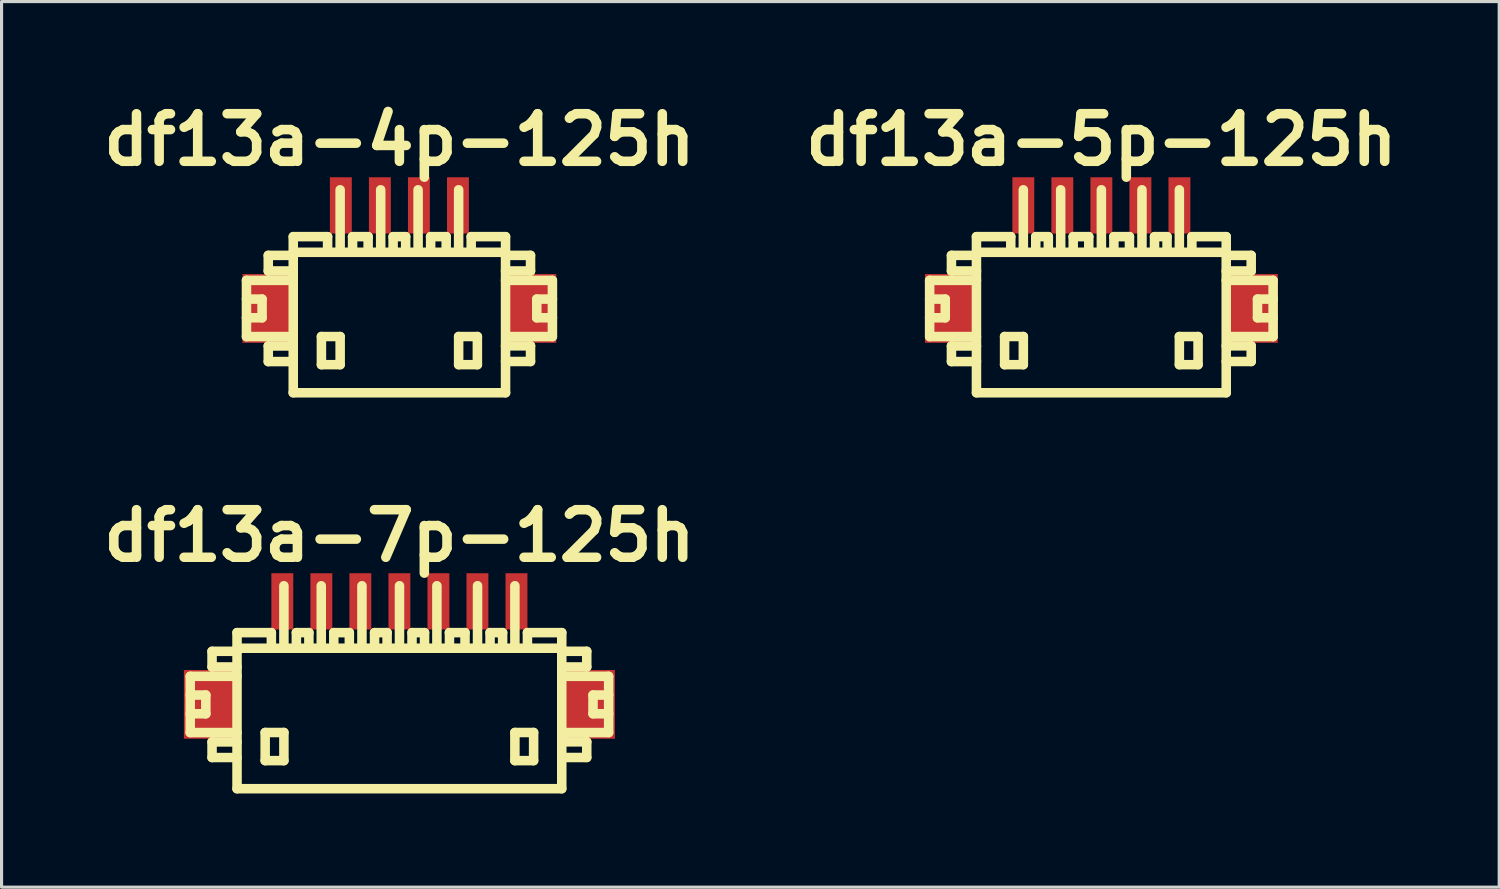
<source format=kicad_pcb>
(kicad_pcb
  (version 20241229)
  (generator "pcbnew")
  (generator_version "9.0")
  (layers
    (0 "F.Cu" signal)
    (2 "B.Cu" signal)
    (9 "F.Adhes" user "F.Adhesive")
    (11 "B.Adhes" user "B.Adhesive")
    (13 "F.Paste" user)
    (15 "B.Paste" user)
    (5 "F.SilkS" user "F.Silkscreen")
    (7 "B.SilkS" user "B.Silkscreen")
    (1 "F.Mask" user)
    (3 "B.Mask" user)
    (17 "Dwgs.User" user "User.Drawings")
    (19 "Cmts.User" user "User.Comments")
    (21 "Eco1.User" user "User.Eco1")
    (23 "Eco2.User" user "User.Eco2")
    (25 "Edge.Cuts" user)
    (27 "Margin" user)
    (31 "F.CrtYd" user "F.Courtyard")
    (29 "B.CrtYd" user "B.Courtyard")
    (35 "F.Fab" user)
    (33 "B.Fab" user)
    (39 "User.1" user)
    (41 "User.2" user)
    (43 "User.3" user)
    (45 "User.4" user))
  (footprint "df13a-7p-125h"
    (layer "F.Cu")
    (at 9.739 19.706)
    (property "Reference" "df13a-7p-125h" (at 0 -5.601 0) (layer "F.SilkS") (effects (font (size 1.524 1.524) (thickness 0.305))))
    (attr through_hole)
    (fp_line (start -6.698 -1.1) (end -6.698 0.701) (stroke (width 0.305) (type solid)) (layer "F.SilkS"))
    (fp_line (start -6.698 0.701) (end -5.199 0.701) (stroke (width 0.305) (type solid)) (layer "F.SilkS"))
    (fp_line (start -6.198 -0.5) (end -6.698 -0.5) (stroke (width 0.305) (type solid)) (layer "F.SilkS"))
    (fp_line (start -6.198 0.099) (end -6.698 0.099) (stroke (width 0.305) (type solid)) (layer "F.SilkS"))
    (fp_line (start -6.198 0.099) (end -6.198 -0.5) (stroke (width 0.305) (type solid)) (layer "F.SilkS"))
    (fp_line (start -5.999 -1.9) (end -5.999 -1.4) (stroke (width 0.305) (type solid)) (layer "F.SilkS"))
    (fp_line (start -5.999 -1.9) (end -5.199 -1.9) (stroke (width 0.305) (type solid)) (layer "F.SilkS"))
    (fp_line (start -5.999 1.001) (end -5.999 1.501) (stroke (width 0.305) (type solid)) (layer "F.SilkS"))
    (fp_line (start -5.999 1.501) (end -5.199 1.501) (stroke (width 0.305) (type solid)) (layer "F.SilkS"))
    (fp_line (start -5.199 -1.999) (end 5.199 -1.999) (stroke (width 0.305) (type solid)) (layer "F.SilkS"))
    (fp_line (start -5.199 -1.4) (end -5.999 -1.4) (stroke (width 0.305) (type solid)) (layer "F.SilkS"))
    (fp_line (start -5.199 -1.1) (end -6.698 -1.1) (stroke (width 0.305) (type solid)) (layer "F.SilkS"))
    (fp_line (start -5.199 1.001) (end -5.999 1.001) (stroke (width 0.305) (type solid)) (layer "F.SilkS"))
    (fp_line (start -5.199 2.499) (end -5.199 -2.499) (stroke (width 0.305) (type solid)) (layer "F.SilkS"))
    (fp_line (start -5.199 2.499) (end 5.199 2.499) (stroke (width 0.305) (type solid)) (layer "F.SilkS"))
    (fp_line (start -4.298 0.699) (end -4.298 1.6) (stroke (width 0.305) (type solid)) (layer "F.SilkS"))
    (fp_line (start -4.298 1.6) (end -3.698 1.6) (stroke (width 0.305) (type solid)) (layer "F.SilkS"))
    (fp_line (start -4.1 -2.499) (end -5.199 -2.499) (stroke (width 0.305) (type solid)) (layer "F.SilkS"))
    (fp_line (start -4.1 -2.499) (end -4.1 -1.999) (stroke (width 0.305) (type solid)) (layer "F.SilkS"))
    (fp_line (start -3.698 -4) (end -3.698 -1.999) (stroke (width 0.305) (type solid)) (layer "F.SilkS"))
    (fp_line (start -3.698 0.699) (end -4.298 0.699) (stroke (width 0.305) (type solid)) (layer "F.SilkS"))
    (fp_line (start -3.698 1.6) (end -3.698 0.699) (stroke (width 0.305) (type solid)) (layer "F.SilkS"))
    (fp_line (start -3.299 -2.499) (end -3.299 -1.999) (stroke (width 0.305) (type solid)) (layer "F.SilkS"))
    (fp_line (start -2.898 -2.499) (end -3.299 -2.499) (stroke (width 0.305) (type solid)) (layer "F.SilkS"))
    (fp_line (start -2.898 -2.499) (end -2.898 -1.999) (stroke (width 0.305) (type solid)) (layer "F.SilkS"))
    (fp_line (start -2.502 -1.999) (end -2.502 -4) (stroke (width 0.305) (type solid)) (layer "F.SilkS"))
    (fp_line (start -2.103 -2.499) (end -1.603 -2.499) (stroke (width 0.305) (type solid)) (layer "F.SilkS"))
    (fp_line (start -2.101 -1.999) (end -2.101 -2.499) (stroke (width 0.305) (type solid)) (layer "F.SilkS"))
    (fp_line (start -1.603 -2.499) (end -1.603 -1.999) (stroke (width 0.305) (type solid)) (layer "F.SilkS"))
    (fp_line (start -1.199 -1.999) (end -1.199 -4) (stroke (width 0.305) (type solid)) (layer "F.SilkS"))
    (fp_line (start -0.795 -2.499) (end -0.795 -1.999) (stroke (width 0.305) (type solid)) (layer "F.SilkS"))
    (fp_line (start -0.394 -2.499) (end -0.795 -2.499) (stroke (width 0.305) (type solid)) (layer "F.SilkS"))
    (fp_line (start -0.394 -2.499) (end -0.394 -1.999) (stroke (width 0.305) (type solid)) (layer "F.SilkS"))
    (fp_line (start 0.003 -1.999) (end 0.003 -4) (stroke (width 0.305) (type solid)) (layer "F.SilkS"))
    (fp_line (start 0.404 -2.499) (end 0.404 -1.999) (stroke (width 0.305) (type solid)) (layer "F.SilkS"))
    (fp_line (start 0.805 -2.499) (end 0.404 -2.499) (stroke (width 0.305) (type solid)) (layer "F.SilkS"))
    (fp_line (start 0.805 -2.499) (end 0.805 -1.999) (stroke (width 0.305) (type solid)) (layer "F.SilkS"))
    (fp_line (start 1.201 -1.999) (end 1.201 -4) (stroke (width 0.305) (type solid)) (layer "F.SilkS"))
    (fp_line (start 1.6 -2.499) (end 2.101 -2.499) (stroke (width 0.305) (type solid)) (layer "F.SilkS"))
    (fp_line (start 1.603 -1.999) (end 1.603 -2.499) (stroke (width 0.305) (type solid)) (layer "F.SilkS"))
    (fp_line (start 2.101 -2.499) (end 2.101 -1.999) (stroke (width 0.305) (type solid)) (layer "F.SilkS"))
    (fp_line (start 2.502 -1.999) (end 2.502 -4) (stroke (width 0.305) (type solid)) (layer "F.SilkS"))
    (fp_line (start 2.903 -2.499) (end 2.903 -1.999) (stroke (width 0.305) (type solid)) (layer "F.SilkS"))
    (fp_line (start 3.305 -2.499) (end 2.903 -2.499) (stroke (width 0.305) (type solid)) (layer "F.SilkS"))
    (fp_line (start 3.305 -2.499) (end 3.305 -1.999) (stroke (width 0.305) (type solid)) (layer "F.SilkS"))
    (fp_line (start 3.698 -1.999) (end 3.698 -4) (stroke (width 0.305) (type solid)) (layer "F.SilkS"))
    (fp_line (start 3.698 0.699) (end 4.298 0.699) (stroke (width 0.305) (type solid)) (layer "F.SilkS"))
    (fp_line (start 3.698 1.6) (end 3.698 0.699) (stroke (width 0.305) (type solid)) (layer "F.SilkS"))
    (fp_line (start 4.1 -2.499) (end 4.1 -1.999) (stroke (width 0.305) (type solid)) (layer "F.SilkS"))
    (fp_line (start 4.298 0.699) (end 4.298 1.6) (stroke (width 0.305) (type solid)) (layer "F.SilkS"))
    (fp_line (start 4.298 1.6) (end 3.698 1.6) (stroke (width 0.305) (type solid)) (layer "F.SilkS"))
    (fp_line (start 5.199 -2.499) (end 4.1 -2.499) (stroke (width 0.305) (type solid)) (layer "F.SilkS"))
    (fp_line (start 5.199 -2.499) (end 5.199 2.499) (stroke (width 0.305) (type solid)) (layer "F.SilkS"))
    (fp_line (start 5.199 -1.9) (end 5.999 -1.9) (stroke (width 0.305) (type solid)) (layer "F.SilkS"))
    (fp_line (start 5.199 0.998) (end 5.999 0.998) (stroke (width 0.305) (type solid)) (layer "F.SilkS"))
    (fp_line (start 5.999 -1.9) (end 5.999 -1.4) (stroke (width 0.305) (type solid)) (layer "F.SilkS"))
    (fp_line (start 5.999 -1.4) (end 5.199 -1.4) (stroke (width 0.305) (type solid)) (layer "F.SilkS"))
    (fp_line (start 5.999 0.998) (end 5.999 1.499) (stroke (width 0.305) (type solid)) (layer "F.SilkS"))
    (fp_line (start 5.999 1.499) (end 5.199 1.499) (stroke (width 0.305) (type solid)) (layer "F.SilkS"))
    (fp_line (start 6.2 0.099) (end 6.2 -0.5) (stroke (width 0.305) (type solid)) (layer "F.SilkS"))
    (fp_line (start 6.698 -1.1) (end 5.199 -1.1) (stroke (width 0.305) (type solid)) (layer "F.SilkS"))
    (fp_line (start 6.698 0.701) (end 5.298 0.701) (stroke (width 0.305) (type solid)) (layer "F.SilkS"))
    (fp_line (start 6.701 -1.1) (end 6.701 0.701) (stroke (width 0.305) (type solid)) (layer "F.SilkS"))
    (fp_line (start 6.701 -0.5) (end 6.2 -0.5) (stroke (width 0.305) (type solid)) (layer "F.SilkS"))
    (fp_line (start 6.701 0.099) (end 6.2 0.099) (stroke (width 0.305) (type solid)) (layer "F.SilkS"))
    (pad "" smd rect (at -6.101 -0.201) (size 1.6 2.2) (layers "F.Cu" "F.Mask" "F.Paste"))
    (pad "" smd rect (at 6.101 -0.201) (size 1.6 2.2) (layers "F.Cu" "F.Mask" "F.Paste"))
    (pad "1" smd rect (at 3.749 -3.5) (size 0.701 1.801) (layers "F.Cu" "F.Mask" "F.Paste"))
    (pad "2" smd rect (at 2.499 -3.5) (size 0.701 1.801) (layers "F.Cu" "F.Mask" "F.Paste"))
    (pad "3" smd rect (at 1.25 -3.5) (size 0.701 1.801) (layers "F.Cu" "F.Mask" "F.Paste"))
    (pad "4" smd rect (at 0 -3.5) (size 0.701 1.801) (layers "F.Cu" "F.Mask" "F.Paste"))
    (pad "5" smd rect (at -1.25 -3.5) (size 0.701 1.801) (layers "F.Cu" "F.Mask" "F.Paste"))
    (pad "6" smd rect (at -2.499 -3.5) (size 0.701 1.801) (layers "F.Cu" "F.Mask" "F.Paste"))
    (pad "7" smd rect (at -3.749 -3.5) (size 0.701 1.801) (layers "F.Cu" "F.Mask" "F.Paste")))
  (footprint "df13a-4p-125h"
    (layer "F.Cu")
    (at 9.739 7.027)
    (property "Reference" "df13a-4p-125h" (at 0 -5.601 0) (layer "F.SilkS") (effects (font (size 1.524 1.524) (thickness 0.305))))
    (attr through_hole)
    (fp_line (start -4.897 -1.1) (end -4.897 0.701) (stroke (width 0.305) (type solid)) (layer "F.SilkS"))
    (fp_line (start -4.897 0.701) (end -3.399 0.701) (stroke (width 0.305) (type solid)) (layer "F.SilkS"))
    (fp_line (start -4.397 -0.5) (end -4.897 -0.5) (stroke (width 0.305) (type solid)) (layer "F.SilkS"))
    (fp_line (start -4.397 0.099) (end -4.897 0.099) (stroke (width 0.305) (type solid)) (layer "F.SilkS"))
    (fp_line (start -4.397 0.099) (end -4.397 -0.5) (stroke (width 0.305) (type solid)) (layer "F.SilkS"))
    (fp_line (start -4.199 -1.9) (end -4.199 -1.4) (stroke (width 0.305) (type solid)) (layer "F.SilkS"))
    (fp_line (start -4.199 -1.9) (end -3.399 -1.9) (stroke (width 0.305) (type solid)) (layer "F.SilkS"))
    (fp_line (start -4.199 1.001) (end -4.199 1.501) (stroke (width 0.305) (type solid)) (layer "F.SilkS"))
    (fp_line (start -4.199 1.501) (end -3.399 1.501) (stroke (width 0.305) (type solid)) (layer "F.SilkS"))
    (fp_line (start -3.401 -1.999) (end 3.401 -1.999) (stroke (width 0.305) (type solid)) (layer "F.SilkS"))
    (fp_line (start -3.401 2.499) (end 3.401 2.499) (stroke (width 0.305) (type solid)) (layer "F.SilkS"))
    (fp_line (start -3.399 -1.4) (end -4.199 -1.4) (stroke (width 0.305) (type solid)) (layer "F.SilkS"))
    (fp_line (start -3.399 -1.1) (end -4.897 -1.1) (stroke (width 0.305) (type solid)) (layer "F.SilkS"))
    (fp_line (start -3.399 1.001) (end -4.199 1.001) (stroke (width 0.305) (type solid)) (layer "F.SilkS"))
    (fp_line (start -3.399 2.499) (end -3.399 -2.499) (stroke (width 0.305) (type solid)) (layer "F.SilkS"))
    (fp_line (start -2.497 0.699) (end -2.497 1.6) (stroke (width 0.305) (type solid)) (layer "F.SilkS"))
    (fp_line (start -2.497 1.6) (end -1.897 1.6) (stroke (width 0.305) (type solid)) (layer "F.SilkS"))
    (fp_line (start -2.299 -2.499) (end -3.399 -2.499) (stroke (width 0.305) (type solid)) (layer "F.SilkS"))
    (fp_line (start -2.299 -2.499) (end -2.299 -1.999) (stroke (width 0.305) (type solid)) (layer "F.SilkS"))
    (fp_line (start -1.897 -4) (end -1.897 -1.999) (stroke (width 0.305) (type solid)) (layer "F.SilkS"))
    (fp_line (start -1.897 0.699) (end -2.497 0.699) (stroke (width 0.305) (type solid)) (layer "F.SilkS"))
    (fp_line (start -1.897 1.6) (end -1.897 0.699) (stroke (width 0.305) (type solid)) (layer "F.SilkS"))
    (fp_line (start -1.501 -2.499) (end -1.001 -2.499) (stroke (width 0.305) (type solid)) (layer "F.SilkS"))
    (fp_line (start -1.499 -1.999) (end -1.499 -2.499) (stroke (width 0.305) (type solid)) (layer "F.SilkS"))
    (fp_line (start -1.001 -2.499) (end -1.001 -1.999) (stroke (width 0.305) (type solid)) (layer "F.SilkS"))
    (fp_line (start -0.599 -1.999) (end -0.599 -4) (stroke (width 0.305) (type solid)) (layer "F.SilkS"))
    (fp_line (start -0.201 -2.499) (end -0.201 -1.999) (stroke (width 0.305) (type solid)) (layer "F.SilkS"))
    (fp_line (start 0.201 -2.499) (end -0.201 -2.499) (stroke (width 0.305) (type solid)) (layer "F.SilkS"))
    (fp_line (start 0.201 -2.499) (end 0.201 -1.999) (stroke (width 0.305) (type solid)) (layer "F.SilkS"))
    (fp_line (start 0.599 -1.999) (end 0.599 -4) (stroke (width 0.305) (type solid)) (layer "F.SilkS"))
    (fp_line (start 0.998 -2.499) (end 1.499 -2.499) (stroke (width 0.305) (type solid)) (layer "F.SilkS"))
    (fp_line (start 1.001 -1.999) (end 1.001 -2.499) (stroke (width 0.305) (type solid)) (layer "F.SilkS"))
    (fp_line (start 1.499 -2.499) (end 1.499 -1.999) (stroke (width 0.305) (type solid)) (layer "F.SilkS"))
    (fp_line (start 1.897 -1.999) (end 1.897 -4) (stroke (width 0.305) (type solid)) (layer "F.SilkS"))
    (fp_line (start 1.897 0.699) (end 2.497 0.699) (stroke (width 0.305) (type solid)) (layer "F.SilkS"))
    (fp_line (start 1.897 1.6) (end 1.897 0.699) (stroke (width 0.305) (type solid)) (layer "F.SilkS"))
    (fp_line (start 2.299 -2.499) (end 2.299 -1.999) (stroke (width 0.305) (type solid)) (layer "F.SilkS"))
    (fp_line (start 2.497 0.699) (end 2.497 1.6) (stroke (width 0.305) (type solid)) (layer "F.SilkS"))
    (fp_line (start 2.497 1.6) (end 1.897 1.6) (stroke (width 0.305) (type solid)) (layer "F.SilkS"))
    (fp_line (start 3.399 -2.499) (end 2.299 -2.499) (stroke (width 0.305) (type solid)) (layer "F.SilkS"))
    (fp_line (start 3.399 -2.499) (end 3.399 2.499) (stroke (width 0.305) (type solid)) (layer "F.SilkS"))
    (fp_line (start 3.399 -1.9) (end 4.199 -1.9) (stroke (width 0.305) (type solid)) (layer "F.SilkS"))
    (fp_line (start 3.399 0.998) (end 4.199 0.998) (stroke (width 0.305) (type solid)) (layer "F.SilkS"))
    (fp_line (start 4.199 -1.9) (end 4.199 -1.4) (stroke (width 0.305) (type solid)) (layer "F.SilkS"))
    (fp_line (start 4.199 -1.4) (end 3.399 -1.4) (stroke (width 0.305) (type solid)) (layer "F.SilkS"))
    (fp_line (start 4.199 0.998) (end 4.199 1.499) (stroke (width 0.305) (type solid)) (layer "F.SilkS"))
    (fp_line (start 4.199 1.499) (end 3.399 1.499) (stroke (width 0.305) (type solid)) (layer "F.SilkS"))
    (fp_line (start 4.399 0.099) (end 4.399 -0.5) (stroke (width 0.305) (type solid)) (layer "F.SilkS"))
    (fp_line (start 4.897 -1.1) (end 3.399 -1.1) (stroke (width 0.305) (type solid)) (layer "F.SilkS"))
    (fp_line (start 4.897 0.701) (end 3.498 0.701) (stroke (width 0.305) (type solid)) (layer "F.SilkS"))
    (fp_line (start 4.9 -1.1) (end 4.9 0.701) (stroke (width 0.305) (type solid)) (layer "F.SilkS"))
    (fp_line (start 4.9 -0.5) (end 4.399 -0.5) (stroke (width 0.305) (type solid)) (layer "F.SilkS"))
    (fp_line (start 4.9 0.099) (end 4.399 0.099) (stroke (width 0.305) (type solid)) (layer "F.SilkS"))
    (pad "" smd rect (at -4.224 -0.201) (size 1.6 2.2) (layers "F.Cu" "F.Mask" "F.Paste"))
    (pad "" smd rect (at 4.224 -0.201) (size 1.6 2.2) (layers "F.Cu" "F.Mask" "F.Paste"))
    (pad "1" smd rect (at 1.875 -3.5) (size 0.701 1.801) (layers "F.Cu" "F.Mask" "F.Paste"))
    (pad "2" smd rect (at 0.625 -3.5) (size 0.701 1.801) (layers "F.Cu" "F.Mask" "F.Paste"))
    (pad "3" smd rect (at -0.625 -3.5) (size 0.701 1.801) (layers "F.Cu" "F.Mask" "F.Paste"))
    (pad "4" smd rect (at -1.875 -3.5) (size 0.701 1.801) (layers "F.Cu" "F.Mask" "F.Paste")))
  (footprint "df13a-5p-125h"
    (layer "F.Cu")
    (at 32.217 7.027)
    (property "Reference" "df13a-5p-125h" (at 0 -5.601 0) (layer "F.SilkS") (effects (font (size 1.524 1.524) (thickness 0.305))))
    (attr through_hole)
    (fp_line (start -5.499 -1.1) (end -5.499 0.701) (stroke (width 0.305) (type solid)) (layer "F.SilkS"))
    (fp_line (start -5.499 0.701) (end -4 0.701) (stroke (width 0.305) (type solid)) (layer "F.SilkS"))
    (fp_line (start -4.999 -0.5) (end -5.499 -0.5) (stroke (width 0.305) (type solid)) (layer "F.SilkS"))
    (fp_line (start -4.999 0.099) (end -5.499 0.099) (stroke (width 0.305) (type solid)) (layer "F.SilkS"))
    (fp_line (start -4.999 0.099) (end -4.999 -0.5) (stroke (width 0.305) (type solid)) (layer "F.SilkS"))
    (fp_line (start -4.801 -1.9) (end -4.801 -1.4) (stroke (width 0.305) (type solid)) (layer "F.SilkS"))
    (fp_line (start -4.801 -1.9) (end -4 -1.9) (stroke (width 0.305) (type solid)) (layer "F.SilkS"))
    (fp_line (start -4.801 1.001) (end -4.801 1.501) (stroke (width 0.305) (type solid)) (layer "F.SilkS"))
    (fp_line (start -4.801 1.501) (end -4 1.501) (stroke (width 0.305) (type solid)) (layer "F.SilkS"))
    (fp_line (start -4 -1.4) (end -4.801 -1.4) (stroke (width 0.305) (type solid)) (layer "F.SilkS"))
    (fp_line (start -4 -1.1) (end -5.499 -1.1) (stroke (width 0.305) (type solid)) (layer "F.SilkS"))
    (fp_line (start -4 1.001) (end -4.801 1.001) (stroke (width 0.305) (type solid)) (layer "F.SilkS"))
    (fp_line (start -4 2.499) (end -4 -2.499) (stroke (width 0.305) (type solid)) (layer "F.SilkS"))
    (fp_line (start -4 2.499) (end 4 2.499) (stroke (width 0.305) (type solid)) (layer "F.SilkS"))
    (fp_line (start -3.099 0.699) (end -3.099 1.6) (stroke (width 0.305) (type solid)) (layer "F.SilkS"))
    (fp_line (start -3.099 1.6) (end -2.499 1.6) (stroke (width 0.305) (type solid)) (layer "F.SilkS"))
    (fp_line (start -2.901 -2.499) (end -4 -2.499) (stroke (width 0.305) (type solid)) (layer "F.SilkS"))
    (fp_line (start -2.901 -2.499) (end -2.901 -1.999) (stroke (width 0.305) (type solid)) (layer "F.SilkS"))
    (fp_line (start -2.499 -4) (end -2.499 -1.999) (stroke (width 0.305) (type solid)) (layer "F.SilkS"))
    (fp_line (start -2.499 0.699) (end -3.099 0.699) (stroke (width 0.305) (type solid)) (layer "F.SilkS"))
    (fp_line (start -2.499 1.6) (end -2.499 0.699) (stroke (width 0.305) (type solid)) (layer "F.SilkS"))
    (fp_line (start -2.101 -2.499) (end -2.101 -1.999) (stroke (width 0.305) (type solid)) (layer "F.SilkS"))
    (fp_line (start -1.699 -2.499) (end -2.101 -2.499) (stroke (width 0.305) (type solid)) (layer "F.SilkS"))
    (fp_line (start -1.699 -2.499) (end -1.699 -1.999) (stroke (width 0.305) (type solid)) (layer "F.SilkS"))
    (fp_line (start -1.303 -1.999) (end -1.303 -4) (stroke (width 0.305) (type solid)) (layer "F.SilkS"))
    (fp_line (start -0.904 -2.499) (end -0.404 -2.499) (stroke (width 0.305) (type solid)) (layer "F.SilkS"))
    (fp_line (start -0.902 -1.999) (end -0.902 -2.499) (stroke (width 0.305) (type solid)) (layer "F.SilkS"))
    (fp_line (start -0.404 -2.499) (end -0.404 -1.999) (stroke (width 0.305) (type solid)) (layer "F.SilkS"))
    (fp_line (start 0 -1.999) (end 0 -4) (stroke (width 0.305) (type solid)) (layer "F.SilkS"))
    (fp_line (start 0.399 -2.499) (end 0.899 -2.499) (stroke (width 0.305) (type solid)) (layer "F.SilkS"))
    (fp_line (start 0.401 -1.999) (end 0.401 -2.499) (stroke (width 0.305) (type solid)) (layer "F.SilkS"))
    (fp_line (start 0.899 -2.499) (end 0.899 -1.999) (stroke (width 0.305) (type solid)) (layer "F.SilkS"))
    (fp_line (start 1.3 -1.999) (end 1.3 -4) (stroke (width 0.305) (type solid)) (layer "F.SilkS"))
    (fp_line (start 1.702 -2.499) (end 1.702 -1.999) (stroke (width 0.305) (type solid)) (layer "F.SilkS"))
    (fp_line (start 2.103 -2.499) (end 1.702 -2.499) (stroke (width 0.305) (type solid)) (layer "F.SilkS"))
    (fp_line (start 2.103 -2.499) (end 2.103 -1.999) (stroke (width 0.305) (type solid)) (layer "F.SilkS"))
    (fp_line (start 2.497 -1.999) (end 2.497 -4) (stroke (width 0.305) (type solid)) (layer "F.SilkS"))
    (fp_line (start 2.497 0.699) (end 3.096 0.699) (stroke (width 0.305) (type solid)) (layer "F.SilkS"))
    (fp_line (start 2.497 1.6) (end 2.497 0.699) (stroke (width 0.305) (type solid)) (layer "F.SilkS"))
    (fp_line (start 2.898 -2.499) (end 2.898 -1.999) (stroke (width 0.305) (type solid)) (layer "F.SilkS"))
    (fp_line (start 3.096 0.699) (end 3.096 1.6) (stroke (width 0.305) (type solid)) (layer "F.SilkS"))
    (fp_line (start 3.096 1.6) (end 2.497 1.6) (stroke (width 0.305) (type solid)) (layer "F.SilkS"))
    (fp_line (start 3.998 -2.499) (end 2.898 -2.499) (stroke (width 0.305) (type solid)) (layer "F.SilkS"))
    (fp_line (start 3.998 -2.499) (end 3.998 2.499) (stroke (width 0.305) (type solid)) (layer "F.SilkS"))
    (fp_line (start 3.998 -1.9) (end 4.798 -1.9) (stroke (width 0.305) (type solid)) (layer "F.SilkS"))
    (fp_line (start 3.998 0.998) (end 4.798 0.998) (stroke (width 0.305) (type solid)) (layer "F.SilkS"))
    (fp_line (start 4 -1.999) (end -4 -1.999) (stroke (width 0.305) (type solid)) (layer "F.SilkS"))
    (fp_line (start 4.798 -1.9) (end 4.798 -1.4) (stroke (width 0.305) (type solid)) (layer "F.SilkS"))
    (fp_line (start 4.798 -1.4) (end 3.998 -1.4) (stroke (width 0.305) (type solid)) (layer "F.SilkS"))
    (fp_line (start 4.798 0.998) (end 4.798 1.499) (stroke (width 0.305) (type solid)) (layer "F.SilkS"))
    (fp_line (start 4.798 1.499) (end 3.998 1.499) (stroke (width 0.305) (type solid)) (layer "F.SilkS"))
    (fp_line (start 4.999 0.099) (end 4.999 -0.5) (stroke (width 0.305) (type solid)) (layer "F.SilkS"))
    (fp_line (start 5.497 -1.1) (end 3.998 -1.1) (stroke (width 0.305) (type solid)) (layer "F.SilkS"))
    (fp_line (start 5.497 0.701) (end 4.097 0.701) (stroke (width 0.305) (type solid)) (layer "F.SilkS"))
    (fp_line (start 5.499 -1.1) (end 5.499 0.701) (stroke (width 0.305) (type solid)) (layer "F.SilkS"))
    (fp_line (start 5.499 -0.5) (end 4.999 -0.5) (stroke (width 0.305) (type solid)) (layer "F.SilkS"))
    (fp_line (start 5.499 0.099) (end 4.999 0.099) (stroke (width 0.305) (type solid)) (layer "F.SilkS"))
    (pad "" smd rect (at -4.849 -0.201) (size 1.6 2.2) (layers "F.Cu" "F.Mask" "F.Paste"))
    (pad "" smd rect (at 4.849 -0.201) (size 1.6 2.2) (layers "F.Cu" "F.Mask" "F.Paste"))
    (pad "1" smd rect (at 2.499 -3.5) (size 0.701 1.801) (layers "F.Cu" "F.Mask" "F.Paste"))
    (pad "2" smd rect (at 1.25 -3.5) (size 0.701 1.801) (layers "F.Cu" "F.Mask" "F.Paste"))
    (pad "3" smd rect (at 0 -3.5) (size 0.701 1.801) (layers "F.Cu" "F.Mask" "F.Paste"))
    (pad "4" smd rect (at -1.25 -3.5) (size 0.701 1.801) (layers "F.Cu" "F.Mask" "F.Paste"))
    (pad "5" smd rect (at -2.499 -3.5) (size 0.701 1.801) (layers "F.Cu" "F.Mask" "F.Paste")))
  (gr_rect
    (start -3 -3)
    (end 44.956 25.358)
    (stroke (width 0.1) (type default))
    (fill no)
    (layer "Edge.Cuts")))
</source>
